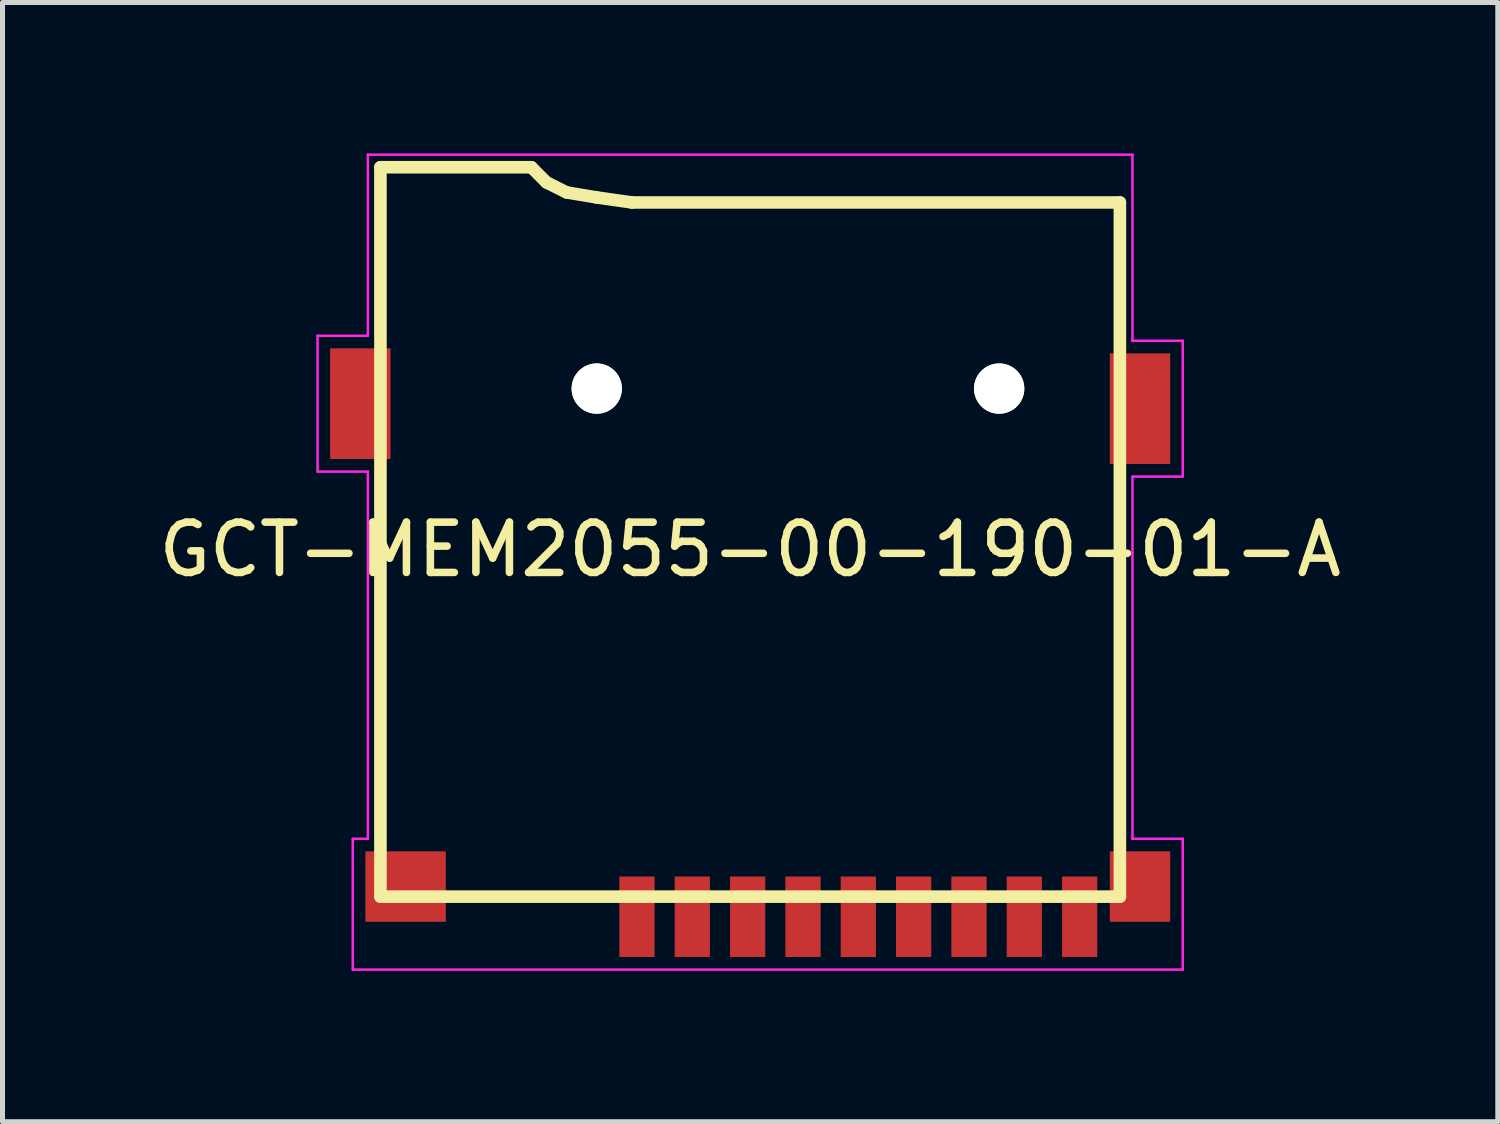
<source format=kicad_pcb>
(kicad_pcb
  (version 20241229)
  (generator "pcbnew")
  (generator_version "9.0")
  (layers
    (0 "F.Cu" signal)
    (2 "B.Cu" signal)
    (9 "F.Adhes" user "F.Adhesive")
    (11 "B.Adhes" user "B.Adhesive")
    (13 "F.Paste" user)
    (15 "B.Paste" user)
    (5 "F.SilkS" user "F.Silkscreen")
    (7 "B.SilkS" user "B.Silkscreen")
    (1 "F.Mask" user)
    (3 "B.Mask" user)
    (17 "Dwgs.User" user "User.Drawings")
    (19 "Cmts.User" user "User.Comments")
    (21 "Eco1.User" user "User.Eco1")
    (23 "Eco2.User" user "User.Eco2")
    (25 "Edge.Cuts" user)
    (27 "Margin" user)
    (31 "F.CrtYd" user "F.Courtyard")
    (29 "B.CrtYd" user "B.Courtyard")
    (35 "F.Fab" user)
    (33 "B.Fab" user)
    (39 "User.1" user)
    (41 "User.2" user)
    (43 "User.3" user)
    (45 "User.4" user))
  (footprint "GCT-MEM2055-00-190-01-A"
    (layer "F.Cu")
    (at 11.863 15.975)
    (property "Reference" "GCT-MEM2055-00-190-01-A" (at 0 -8.1 0) (layer "F.SilkS") (effects (font (size 1 1) (thickness 0.15))))
    (attr smd)
    (fp_line (start -7.35 -15.7) (end -7.35 -1.2) (stroke (width 0.25) (type solid)) (layer "F.SilkS"))
    (fp_line (start -4.35 -15.7) (end -7.35 -15.7) (stroke (width 0.25) (type solid)) (layer "F.SilkS"))
    (fp_line (start -4.05 -15.4) (end -4.35 -15.7) (stroke (width 0.25) (type solid)) (layer "F.SilkS"))
    (fp_line (start -3.65 -15.2) (end -4.05 -15.4) (stroke (width 0.25) (type solid)) (layer "F.SilkS"))
    (fp_line (start -3.05 -15.1) (end -3.65 -15.2) (stroke (width 0.25) (type solid)) (layer "F.SilkS"))
    (fp_line (start -2.35 -15) (end -3.05 -15.1) (stroke (width 0.25) (type solid)) (layer "F.SilkS"))
    (fp_line (start 7.35 -15) (end -2.35 -15) (stroke (width 0.25) (type solid)) (layer "F.SilkS"))
    (fp_line (start 7.35 -1.2) (end -7.35 -1.2) (stroke (width 0.25) (type solid)) (layer "F.SilkS"))
    (fp_line (start 7.35 -1.2) (end 7.35 -15) (stroke (width 0.25) (type solid)) (layer "F.SilkS"))
    (fp_line (start -8.6 -12.35) (end -8.6 -9.65) (stroke (width 0.05) (type solid)) (layer "F.CrtYd"))
    (fp_line (start -8.6 -12.35) (end -7.6 -12.35) (stroke (width 0.05) (type solid)) (layer "F.CrtYd"))
    (fp_line (start -8.6 -9.65) (end -7.6 -9.65) (stroke (width 0.05) (type solid)) (layer "F.CrtYd"))
    (fp_line (start -7.9 -2.35) (end -7.9 0.25) (stroke (width 0.05) (type solid)) (layer "F.CrtYd"))
    (fp_line (start -7.9 0.25) (end 8.6 0.25) (stroke (width 0.05) (type solid)) (layer "F.CrtYd"))
    (fp_line (start -7.6 -15.95) (end 7.6 -15.95) (stroke (width 0.05) (type solid)) (layer "F.CrtYd"))
    (fp_line (start -7.6 -12.35) (end -7.6 -15.95) (stroke (width 0.05) (type solid)) (layer "F.CrtYd"))
    (fp_line (start -7.6 -9.65) (end -7.6 -2.35) (stroke (width 0.05) (type solid)) (layer "F.CrtYd"))
    (fp_line (start -7.6 -2.35) (end -7.9 -2.35) (stroke (width 0.05) (type solid)) (layer "F.CrtYd"))
    (fp_line (start 7.6 -15.95) (end 7.6 -12.25) (stroke (width 0.05) (type solid)) (layer "F.CrtYd"))
    (fp_line (start 7.6 -12.25) (end 8.6 -12.25) (stroke (width 0.05) (type solid)) (layer "F.CrtYd"))
    (fp_line (start 7.6 -9.55) (end 7.6 -2.35) (stroke (width 0.05) (type solid)) (layer "F.CrtYd"))
    (fp_line (start 7.6 -9.55) (end 8.6 -9.55) (stroke (width 0.05) (type solid)) (layer "F.CrtYd"))
    (fp_line (start 7.6 -2.35) (end 8.6 -2.35) (stroke (width 0.05) (type solid)) (layer "F.CrtYd"))
    (fp_line (start 8.6 -12.25) (end 8.6 -9.55) (stroke (width 0.05) (type solid)) (layer "F.CrtYd"))
    (fp_line (start 8.6 -2.35) (end 8.6 0.25) (stroke (width 0.05) (type solid)) (layer "F.CrtYd"))
    (pad "" np_thru_hole circle (at -3.05 -11.3 180) (size 1 1) (drill 1) (layers "*.Cu" "*.Mask" "F.SilkS"))
    (pad "" np_thru_hole circle (at 4.95 -11.3 180) (size 1 1) (drill 1) (layers "*.Cu" "*.Mask" "F.SilkS"))
    (pad "1" smd rect (at -2.25 -0.8) (size 0.7 1.6) (layers "F.Cu" "F.Mask" "F.Paste"))
    (pad "2" smd rect (at -1.15 -0.8) (size 0.7 1.6) (layers "F.Cu" "F.Mask" "F.Paste"))
    (pad "3" smd rect (at -0.05 -0.8) (size 0.7 1.6) (layers "F.Cu" "F.Mask" "F.Paste"))
    (pad "4" smd rect (at 1.05 -0.8) (size 0.7 1.6) (layers "F.Cu" "F.Mask" "F.Paste"))
    (pad "5" smd rect (at 2.15 -0.8) (size 0.7 1.6) (layers "F.Cu" "F.Mask" "F.Paste"))
    (pad "6" smd rect (at 3.25 -0.8) (size 0.7 1.6) (layers "F.Cu" "F.Mask" "F.Paste"))
    (pad "7" smd rect (at 4.35 -0.8) (size 0.7 1.6) (layers "F.Cu" "F.Mask" "F.Paste"))
    (pad "8" smd rect (at 5.45 -0.8) (size 0.7 1.6) (layers "F.Cu" "F.Mask" "F.Paste"))
    (pad "9" smd rect (at 6.55 -0.8) (size 0.7 1.6) (layers "F.Cu" "F.Mask" "F.Paste"))
    (pad "10" smd rect (at 7.75 -1.4) (size 1.2 1.4) (layers "F.Cu" "F.Mask" "F.Paste"))
    (pad "11" smd rect (at -7.75 -11 180) (size 1.2 2.2) (layers "F.Cu" "F.Mask" "F.Paste"))
    (pad "11" smd rect (at -6.85 -1.4) (size 1.6 1.4) (layers "F.Cu" "F.Mask" "F.Paste"))
    (pad "11" smd rect (at 7.75 -10.9 180) (size 1.2 2.2) (layers "F.Cu" "F.Mask" "F.Paste")))
  (gr_rect
    (start -3 -3)
    (end 26.726 19.25)
    (stroke (width 0.1) (type default))
    (fill no)
    (layer "Edge.Cuts")))
</source>
